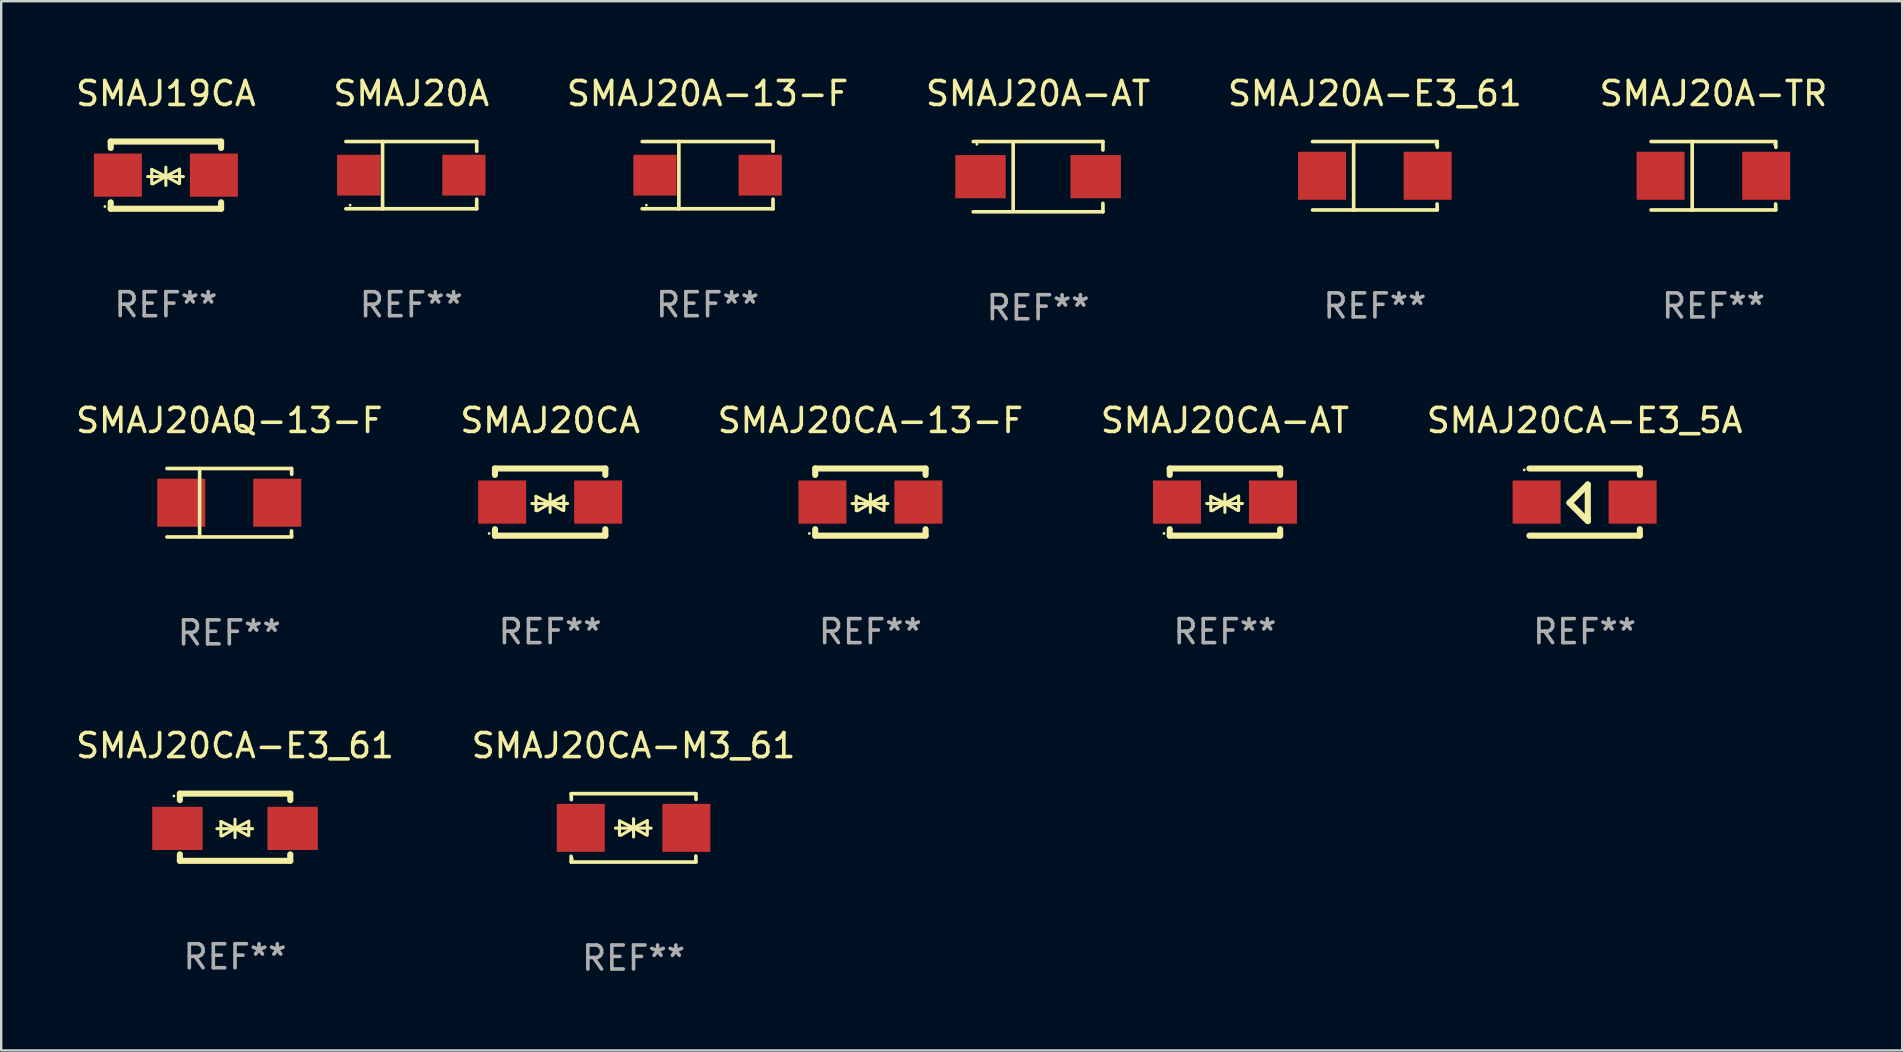
<source format=kicad_pcb>
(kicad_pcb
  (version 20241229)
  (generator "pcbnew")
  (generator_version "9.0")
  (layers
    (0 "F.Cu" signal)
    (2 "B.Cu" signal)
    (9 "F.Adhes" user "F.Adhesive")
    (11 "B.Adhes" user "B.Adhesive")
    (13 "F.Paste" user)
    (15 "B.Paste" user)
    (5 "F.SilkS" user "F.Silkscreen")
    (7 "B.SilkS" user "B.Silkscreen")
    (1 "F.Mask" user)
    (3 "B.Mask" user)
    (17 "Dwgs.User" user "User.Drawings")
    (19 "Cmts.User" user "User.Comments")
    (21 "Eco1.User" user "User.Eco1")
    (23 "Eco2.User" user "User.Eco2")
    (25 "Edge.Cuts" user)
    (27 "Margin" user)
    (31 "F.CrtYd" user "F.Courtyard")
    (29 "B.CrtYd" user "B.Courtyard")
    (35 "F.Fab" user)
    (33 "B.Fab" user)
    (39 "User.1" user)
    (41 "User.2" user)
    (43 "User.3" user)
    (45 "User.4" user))
  (footprint "SMAJ20A"
    (layer "F.Cu")
    (at 14.089 4.249)
    (property "Reference" "SMAJ20A" (at 0 -3.401 0) (layer "F.SilkS") (effects (font (size 1 1) (thickness 0.15))))
    (attr through_hole)
    (fp_line (start -2.726 -1.401) (end 2.726 -1.401) (stroke (width 0.152) (type solid)) (layer "F.SilkS"))
    (fp_line (start -2.726 1.401) (end 2.726 1.401) (stroke (width 0.152) (type solid)) (layer "F.SilkS"))
    (fp_line (start -1.197 -1.401) (end -1.197 1.401) (stroke (width 0.152) (type solid)) (layer "F.SilkS"))
    (fp_line (start 2.726 -1.401) (end 2.726 -1) (stroke (width 0.152) (type solid)) (layer "F.SilkS"))
    (fp_line (start 2.726 1.401) (end 2.726 1) (stroke (width 0.152) (type solid)) (layer "F.SilkS"))
    (fp_circle (center -2.55 1.25) (end -2.52 1.25) (stroke (width 0.06) (type solid)) (fill no) (layer "F.SilkS"))
    (fp_text user "REF**" (at 0 5.401 0) (layer "F.Fab") (effects (font (size 1 1) (thickness 0.15))))
    (pad "1" smd rect (at -2.192 0) (size 1.8 1.7) (layers "F.Cu" "F.Mask" "F.Paste"))
    (pad "2" smd rect (at 2.192 0) (size 1.8 1.7) (layers "F.Cu" "F.Mask" "F.Paste")))
  (footprint "SMAJ20CA-13-F"
    (layer "F.Cu")
    (at 33.22 17.872)
    (property "Reference" "SMAJ20CA-13-F" (at 0 -3.4 0) (layer "F.SilkS") (effects (font (size 1 1) (thickness 0.15))))
    (attr through_hole)
    (fp_line (start -2.3 -1.4) (end -2.3 -1.131) (stroke (width 0.254) (type solid)) (layer "F.SilkS"))
    (fp_line (start -2.3 -1.4) (end 2.3 -1.4) (stroke (width 0.254) (type solid)) (layer "F.SilkS"))
    (fp_line (start -2.3 1.131) (end -2.3 1.4) (stroke (width 0.254) (type solid)) (layer "F.SilkS"))
    (fp_line (start -2.3 1.4) (end 2.3 1.4) (stroke (width 0.254) (type solid)) (layer "F.SilkS"))
    (fp_line (start -0.76 0.06) (end 0.73 0.06) (stroke (width 0.127) (type solid)) (layer "F.SilkS"))
    (fp_line (start -0.59 -0.24) (end -0.59 0.36) (stroke (width 0.127) (type solid)) (layer "F.SilkS"))
    (fp_line (start -0.59 -0.24) (end -0.002 0.049) (stroke (width 0.127) (type solid)) (layer "F.SilkS"))
    (fp_line (start -0.53 0.36) (end -0.002 0.049) (stroke (width 0.127) (type solid)) (layer "F.SilkS"))
    (fp_line (start -0.002 0.049) (end -0.002 -0.332) (stroke (width 0.127) (type solid)) (layer "F.SilkS"))
    (fp_line (start -0.002 0.049) (end -0.002 0.43) (stroke (width 0.127) (type solid)) (layer "F.SilkS"))
    (fp_line (start 0.54 0.35) (end -0.002 0.049) (stroke (width 0.127) (type solid)) (layer "F.SilkS"))
    (fp_line (start 0.57 -0.25) (end -0.002 0.049) (stroke (width 0.127) (type solid)) (layer "F.SilkS"))
    (fp_line (start 0.57 -0.25) (end 0.57 0.35) (stroke (width 0.127) (type solid)) (layer "F.SilkS"))
    (fp_line (start 2.3 -1.4) (end 2.3 -1.131) (stroke (width 0.254) (type solid)) (layer "F.SilkS"))
    (fp_line (start 2.3 1.131) (end 2.3 1.4) (stroke (width 0.254) (type solid)) (layer "F.SilkS"))
    (fp_circle (center -2.542 1.308) (end -2.512 1.308) (stroke (width 0.06) (type solid)) (fill no) (layer "F.SilkS"))
    (fp_text user "REF**" (at 0 5.4 0) (layer "F.Fab") (effects (font (size 1 1) (thickness 0.15))))
    (pad "1" smd rect (at -2 0) (size 2 1.8) (layers "F.Cu" "F.Mask" "F.Paste"))
    (pad "2" smd rect (at 2 0) (size 2 1.8) (layers "F.Cu" "F.Mask" "F.Paste")))
  (footprint "SMAJ20CA-AT"
    (layer "F.Cu")
    (at 47.994 17.872)
    (property "Reference" "SMAJ20CA-AT" (at 0 -3.4 0) (layer "F.SilkS") (effects (font (size 1 1) (thickness 0.15))))
    (attr through_hole)
    (fp_line (start -2.3 -1.4) (end -2.3 -1.131) (stroke (width 0.254) (type solid)) (layer "F.SilkS"))
    (fp_line (start -2.3 -1.4) (end 2.3 -1.4) (stroke (width 0.254) (type solid)) (layer "F.SilkS"))
    (fp_line (start -2.3 1.131) (end -2.3 1.4) (stroke (width 0.254) (type solid)) (layer "F.SilkS"))
    (fp_line (start -2.3 1.4) (end 2.3 1.4) (stroke (width 0.254) (type solid)) (layer "F.SilkS"))
    (fp_line (start -0.76 0.06) (end 0.73 0.06) (stroke (width 0.127) (type solid)) (layer "F.SilkS"))
    (fp_line (start -0.59 -0.24) (end -0.59 0.36) (stroke (width 0.127) (type solid)) (layer "F.SilkS"))
    (fp_line (start -0.59 -0.24) (end -0.002 0.049) (stroke (width 0.127) (type solid)) (layer "F.SilkS"))
    (fp_line (start -0.53 0.36) (end -0.002 0.049) (stroke (width 0.127) (type solid)) (layer "F.SilkS"))
    (fp_line (start -0.002 0.049) (end -0.002 -0.332) (stroke (width 0.127) (type solid)) (layer "F.SilkS"))
    (fp_line (start -0.002 0.049) (end -0.002 0.43) (stroke (width 0.127) (type solid)) (layer "F.SilkS"))
    (fp_line (start 0.54 0.35) (end -0.002 0.049) (stroke (width 0.127) (type solid)) (layer "F.SilkS"))
    (fp_line (start 0.57 -0.25) (end -0.002 0.049) (stroke (width 0.127) (type solid)) (layer "F.SilkS"))
    (fp_line (start 0.57 -0.25) (end 0.57 0.35) (stroke (width 0.127) (type solid)) (layer "F.SilkS"))
    (fp_line (start 2.3 -1.4) (end 2.3 -1.131) (stroke (width 0.254) (type solid)) (layer "F.SilkS"))
    (fp_line (start 2.3 1.131) (end 2.3 1.4) (stroke (width 0.254) (type solid)) (layer "F.SilkS"))
    (fp_circle (center -2.542 1.308) (end -2.512 1.308) (stroke (width 0.06) (type solid)) (fill no) (layer "F.SilkS"))
    (fp_text user "REF**" (at 0 5.4 0) (layer "F.Fab") (effects (font (size 1 1) (thickness 0.15))))
    (pad "1" smd rect (at -2 0) (size 2 1.8) (layers "F.Cu" "F.Mask" "F.Paste"))
    (pad "2" smd rect (at 2 0) (size 2 1.8) (layers "F.Cu" "F.Mask" "F.Paste")))
  (footprint "SMAJ20CA-E3_5A"
    (layer "F.Cu")
    (at 62.982 17.872)
    (property "Reference" "SMAJ20CA-E3_5A" (at 0 -3.4 0) (layer "F.SilkS") (effects (font (size 1 1) (thickness 0.15))))
    (attr through_hole)
    (fp_line (start -2.3 -1.4) (end 2.3 -1.4) (stroke (width 0.254) (type solid)) (layer "F.SilkS"))
    (fp_line (start -2.3 1.4) (end 2.3 1.4) (stroke (width 0.254) (type solid)) (layer "F.SilkS"))
    (fp_line (start -0.631 0.03) (end 0.131 -0.732) (stroke (width 0.254) (type solid)) (layer "F.SilkS"))
    (fp_line (start 0.004 0.665) (end -0.631 0.03) (stroke (width 0.254) (type solid)) (layer "F.SilkS"))
    (fp_line (start 0.131 -0.732) (end 0.131 0.665) (stroke (width 0.254) (type solid)) (layer "F.SilkS"))
    (fp_line (start 0.131 0.665) (end 0.131 0.792) (stroke (width 0.254) (type solid)) (layer "F.SilkS"))
    (fp_line (start 0.131 0.792) (end 0.004 0.665) (stroke (width 0.254) (type solid)) (layer "F.SilkS"))
    (fp_line (start 2.3 -1.4) (end 2.3 -1.131) (stroke (width 0.254) (type solid)) (layer "F.SilkS"))
    (fp_line (start 2.3 1.131) (end 2.3 1.4) (stroke (width 0.254) (type solid)) (layer "F.SilkS"))
    (fp_circle (center -2.517 -1.342) (end -2.487 -1.342) (stroke (width 0.06) (type solid)) (fill no) (layer "F.SilkS"))
    (fp_text user "REF**" (at 0 5.4 0) (layer "F.Fab") (effects (font (size 1 1) (thickness 0.15))))
    (pad "1" smd rect (at -2 -0.000127) (size 2 1.8) (layers "F.Cu" "F.Mask" "F.Paste"))
    (pad "2" smd rect (at 2 -0.000127) (size 2 1.8) (layers "F.Cu" "F.Mask" "F.Paste")))
  (footprint "SMAJ20A-AT"
    (layer "F.Cu")
    (at 40.208 4.312)
    (property "Reference" "SMAJ20A-AT" (at 0 -3.464 0) (layer "F.SilkS") (effects (font (size 1 1) (thickness 0.15))))
    (attr through_hole)
    (fp_line (start -2.701 -1.464) (end 2.701 -1.464) (stroke (width 0.152) (type solid)) (layer "F.SilkS"))
    (fp_line (start -2.701 1.464) (end 2.701 1.464) (stroke (width 0.152) (type solid)) (layer "F.SilkS"))
    (fp_line (start -1.039 -1.364) (end -1.039 1.364) (stroke (width 0.152) (type solid)) (layer "F.SilkS"))
    (fp_line (start 2.701 -1.464) (end 2.701 -1.113) (stroke (width 0.152) (type solid)) (layer "F.SilkS"))
    (fp_line (start 2.701 1.464) (end 2.701 1.113) (stroke (width 0.152) (type solid)) (layer "F.SilkS"))
    (fp_circle (center -2.55 -1.35) (end -2.52 -1.35) (stroke (width 0.06) (type solid)) (fill no) (layer "F.SilkS"))
    (fp_text user "REF**" (at 0 5.464 0) (layer "F.Fab") (effects (font (size 1 1) (thickness 0.15))))
    (pad "1" smd rect (at -2.4 0) (size 2.1 1.8) (layers "F.Cu" "F.Mask" "F.Paste"))
    (pad "2" smd rect (at 2.4 0) (size 2.1 1.8) (layers "F.Cu" "F.Mask" "F.Paste")))
  (footprint "SMAJ20A-13-F"
    (layer "F.Cu")
    (at 26.435 4.249)
    (property "Reference" "SMAJ20A-13-F" (at 0 -3.401 0) (layer "F.SilkS") (effects (font (size 1 1) (thickness 0.15))))
    (attr through_hole)
    (fp_line (start -2.726 -1.401) (end 2.726 -1.401) (stroke (width 0.152) (type solid)) (layer "F.SilkS"))
    (fp_line (start -2.726 1.401) (end 2.726 1.401) (stroke (width 0.152) (type solid)) (layer "F.SilkS"))
    (fp_line (start -1.197 -1.401) (end -1.197 1.401) (stroke (width 0.152) (type solid)) (layer "F.SilkS"))
    (fp_line (start 2.726 -1.401) (end 2.726 -1) (stroke (width 0.152) (type solid)) (layer "F.SilkS"))
    (fp_line (start 2.726 1.401) (end 2.726 1) (stroke (width 0.152) (type solid)) (layer "F.SilkS"))
    (fp_circle (center -2.55 1.25) (end -2.52 1.25) (stroke (width 0.06) (type solid)) (fill no) (layer "F.SilkS"))
    (fp_text user "REF**" (at 0 5.401 0) (layer "F.Fab") (effects (font (size 1 1) (thickness 0.15))))
    (pad "1" smd rect (at -2.192 0) (size 1.8 1.7) (layers "F.Cu" "F.Mask" "F.Paste"))
    (pad "2" smd rect (at 2.192 0) (size 1.8 1.7) (layers "F.Cu" "F.Mask" "F.Paste")))
  (footprint "SMAJ19CA"
    (layer "F.Cu")
    (at 3.863 4.248)
    (property "Reference" "SMAJ19CA" (at 0 -3.4 0) (layer "F.SilkS") (effects (font (size 1 1) (thickness 0.15))))
    (attr through_hole)
    (fp_line (start -2.3 -1.4) (end -2.3 -1.131) (stroke (width 0.254) (type solid)) (layer "F.SilkS"))
    (fp_line (start -2.3 -1.4) (end 2.3 -1.4) (stroke (width 0.254) (type solid)) (layer "F.SilkS"))
    (fp_line (start -2.3 1.131) (end -2.3 1.4) (stroke (width 0.254) (type solid)) (layer "F.SilkS"))
    (fp_line (start -2.3 1.4) (end 2.3 1.4) (stroke (width 0.254) (type solid)) (layer "F.SilkS"))
    (fp_line (start -0.76 0.06) (end 0.73 0.06) (stroke (width 0.127) (type solid)) (layer "F.SilkS"))
    (fp_line (start -0.59 -0.24) (end -0.59 0.36) (stroke (width 0.127) (type solid)) (layer "F.SilkS"))
    (fp_line (start -0.59 -0.24) (end -0.002 0.049) (stroke (width 0.127) (type solid)) (layer "F.SilkS"))
    (fp_line (start -0.53 0.36) (end -0.002 0.049) (stroke (width 0.127) (type solid)) (layer "F.SilkS"))
    (fp_line (start -0.002 0.049) (end -0.002 -0.332) (stroke (width 0.127) (type solid)) (layer "F.SilkS"))
    (fp_line (start -0.002 0.049) (end -0.002 0.43) (stroke (width 0.127) (type solid)) (layer "F.SilkS"))
    (fp_line (start 0.54 0.35) (end -0.002 0.049) (stroke (width 0.127) (type solid)) (layer "F.SilkS"))
    (fp_line (start 0.57 -0.25) (end -0.002 0.049) (stroke (width 0.127) (type solid)) (layer "F.SilkS"))
    (fp_line (start 0.57 -0.25) (end 0.57 0.35) (stroke (width 0.127) (type solid)) (layer "F.SilkS"))
    (fp_line (start 2.3 -1.4) (end 2.3 -1.131) (stroke (width 0.254) (type solid)) (layer "F.SilkS"))
    (fp_line (start 2.3 1.131) (end 2.3 1.4) (stroke (width 0.254) (type solid)) (layer "F.SilkS"))
    (fp_circle (center -2.542 1.308) (end -2.512 1.308) (stroke (width 0.06) (type solid)) (fill no) (layer "F.SilkS"))
    (fp_text user "REF**" (at 0 5.4 0) (layer "F.Fab") (effects (font (size 1 1) (thickness 0.15))))
    (pad "1" smd rect (at -2 0) (size 2 1.8) (layers "F.Cu" "F.Mask" "F.Paste"))
    (pad "2" smd rect (at 2 0) (size 2 1.8) (layers "F.Cu" "F.Mask" "F.Paste")))
  (footprint "SMAJ20CA-M3_61"
    (layer "F.Cu")
    (at 23.351 31.447)
    (property "Reference" "SMAJ20CA-M3_61" (at 0 -3.426 0) (layer "F.SilkS") (effects (font (size 1 1) (thickness 0.15))))
    (attr through_hole)
    (fp_line (start -2.596 -1.426) (end 2.596 -1.426) (stroke (width 0.152) (type solid)) (layer "F.SilkS"))
    (fp_line (start -2.596 1.426) (end -2.603 1.187) (stroke (width 0.152) (type solid)) (layer "F.SilkS"))
    (fp_line (start -2.596 1.426) (end 2.596 1.426) (stroke (width 0.152) (type solid)) (layer "F.SilkS"))
    (fp_line (start -2.593 -1.176) (end -2.6 -1.415) (stroke (width 0.152) (type solid)) (layer "F.SilkS"))
    (fp_line (start -0.758 0.011) (end 0.732 0.011) (stroke (width 0.127) (type solid)) (layer "F.SilkS"))
    (fp_line (start -0.588 -0.289) (end -0.588 0.311) (stroke (width 0.127) (type solid)) (layer "F.SilkS"))
    (fp_line (start -0.588 -0.289) (end 0 0) (stroke (width 0.127) (type solid)) (layer "F.SilkS"))
    (fp_line (start -0.528 0.311) (end 0 0) (stroke (width 0.127) (type solid)) (layer "F.SilkS"))
    (fp_line (start 0 0) (end 0 -0.381) (stroke (width 0.127) (type solid)) (layer "F.SilkS"))
    (fp_line (start 0 0) (end 0 0.381) (stroke (width 0.127) (type solid)) (layer "F.SilkS"))
    (fp_line (start 0.542 0.301) (end 0 0) (stroke (width 0.127) (type solid)) (layer "F.SilkS"))
    (fp_line (start 0.572 -0.299) (end 0 0) (stroke (width 0.127) (type solid)) (layer "F.SilkS"))
    (fp_line (start 0.572 -0.299) (end 0.572 0.301) (stroke (width 0.127) (type solid)) (layer "F.SilkS"))
    (fp_line (start 2.593 1.176) (end 2.6 1.415) (stroke (width 0.152) (type solid)) (layer "F.SilkS"))
    (fp_line (start 2.596 -1.426) (end 2.603 -1.187) (stroke (width 0.152) (type solid)) (layer "F.SilkS"))
    (fp_circle (center -2.55 1.3) (end -2.52 1.3) (stroke (width 0.06) (type solid)) (fill no) (layer "F.SilkS"))
    (fp_text user "REF**" (at 0 5.426 0) (layer "F.Fab") (effects (font (size 1 1) (thickness 0.15))))
    (pad "1" smd rect (at -2.2 0 180) (size 2 2) (layers "F.Cu" "F.Mask" "F.Paste"))
    (pad "2" smd rect (at 2.2 0 180) (size 2 2) (layers "F.Cu" "F.Mask" "F.Paste")))
  (footprint "SMAJ20AQ-13-F"
    (layer "F.Cu")
    (at 6.506 17.898)
    (property "Reference" "SMAJ20AQ-13-F" (at 0 -3.426 0) (layer "F.SilkS") (effects (font (size 1 1) (thickness 0.15))))
    (attr through_hole)
    (fp_line (start -2.6 -1.426) (end 2.593 -1.426) (stroke (width 0.152) (type solid)) (layer "F.SilkS"))
    (fp_line (start -2.6 1.426) (end 2.593 1.426) (stroke (width 0.152) (type solid)) (layer "F.SilkS"))
    (fp_line (start -1.237 -1.426) (end -1.237 1.426) (stroke (width 0.152) (type solid)) (layer "F.SilkS"))
    (fp_line (start 2.59 1.176) (end 2.597 1.415) (stroke (width 0.152) (type solid)) (layer "F.SilkS"))
    (fp_line (start 2.593 -1.426) (end 2.6 -1.187) (stroke (width 0.152) (type solid)) (layer "F.SilkS"))
    (fp_circle (center 2.602 -1.3) (end 2.632 -1.3) (stroke (width 0.06) (type solid)) (fill no) (layer "F.SilkS"))
    (fp_text user "REF**" (at 0 5.426 0) (layer "F.Fab") (effects (font (size 1 1) (thickness 0.15))))
    (pad "1" smd rect (at 1.997 0 180) (size 2 2) (layers "F.Cu" "F.Mask" "F.Paste"))
    (pad "2" smd rect (at -2.004 0 180) (size 2 2) (layers "F.Cu" "F.Mask" "F.Paste")))
  (footprint "SMAJ20A-E3_61"
    (layer "F.Cu")
    (at 54.244 4.274)
    (property "Reference" "SMAJ20A-E3_61" (at 0 -3.426 0) (layer "F.SilkS") (effects (font (size 1 1) (thickness 0.15))))
    (attr through_hole)
    (fp_line (start -2.6 -1.426) (end 2.593 -1.426) (stroke (width 0.152) (type solid)) (layer "F.SilkS"))
    (fp_line (start -2.6 1.426) (end 2.593 1.426) (stroke (width 0.152) (type solid)) (layer "F.SilkS"))
    (fp_line (start -0.887 -1.426) (end -0.887 1.426) (stroke (width 0.152) (type solid)) (layer "F.SilkS"))
    (fp_line (start 2.59 1.176) (end 2.597 1.415) (stroke (width 0.152) (type solid)) (layer "F.SilkS"))
    (fp_line (start 2.593 -1.426) (end 2.6 -1.187) (stroke (width 0.152) (type solid)) (layer "F.SilkS"))
    (fp_circle (center 2.547 -1.3) (end 2.577 -1.3) (stroke (width 0.06) (type solid)) (fill no) (layer "F.SilkS"))
    (fp_text user "REF**" (at 0 5.426 0) (layer "F.Fab") (effects (font (size 1 1) (thickness 0.15))))
    (pad "1" smd rect (at 2.197 -0.000025 180) (size 2 2) (layers "F.Cu" "F.Mask" "F.Paste"))
    (pad "2" smd rect (at -2.203 -0.000025 180) (size 2 2) (layers "F.Cu" "F.Mask" "F.Paste")))
  (footprint "SMAJ20CA-E3_61"
    (layer "F.Cu")
    (at 6.744 31.421)
    (property "Reference" "SMAJ20CA-E3_61" (at 0 -3.4 0) (layer "F.SilkS") (effects (font (size 1 1) (thickness 0.15))))
    (attr through_hole)
    (fp_line (start -2.298 -1.4) (end -2.298 -1.131) (stroke (width 0.254) (type solid)) (layer "F.SilkS"))
    (fp_line (start -2.298 -1.4) (end 2.302 -1.4) (stroke (width 0.254) (type solid)) (layer "F.SilkS"))
    (fp_line (start -2.298 1.131) (end -2.298 1.4) (stroke (width 0.254) (type solid)) (layer "F.SilkS"))
    (fp_line (start -2.298 1.4) (end 2.302 1.4) (stroke (width 0.254) (type solid)) (layer "F.SilkS"))
    (fp_line (start -0.758 0.06) (end 0.732 0.06) (stroke (width 0.127) (type solid)) (layer "F.SilkS"))
    (fp_line (start -0.588 -0.24) (end -0.588 0.36) (stroke (width 0.127) (type solid)) (layer "F.SilkS"))
    (fp_line (start -0.588 -0.24) (end 0.000025 0.049) (stroke (width 0.127) (type solid)) (layer "F.SilkS"))
    (fp_line (start -0.528 0.36) (end 0.000025 0.049) (stroke (width 0.127) (type solid)) (layer "F.SilkS"))
    (fp_line (start 0.000025 0.049) (end 0.000025 -0.332) (stroke (width 0.127) (type solid)) (layer "F.SilkS"))
    (fp_line (start 0.000025 0.049) (end 0.000025 0.43) (stroke (width 0.127) (type solid)) (layer "F.SilkS"))
    (fp_line (start 0.542 0.35) (end 0.000025 0.049) (stroke (width 0.127) (type solid)) (layer "F.SilkS"))
    (fp_line (start 0.572 -0.25) (end 0.000025 0.049) (stroke (width 0.127) (type solid)) (layer "F.SilkS"))
    (fp_line (start 0.572 -0.25) (end 0.572 0.35) (stroke (width 0.127) (type solid)) (layer "F.SilkS"))
    (fp_line (start 2.302 -1.4) (end 2.302 -1.131) (stroke (width 0.254) (type solid)) (layer "F.SilkS"))
    (fp_line (start 2.302 1.131) (end 2.302 1.4) (stroke (width 0.254) (type solid)) (layer "F.SilkS"))
    (fp_circle (center -2.549 -1.301) (end -2.519 -1.301) (stroke (width 0.06) (type solid)) (fill no) (layer "F.SilkS"))
    (fp_text user "REF**" (at 0 5.4 0) (layer "F.Fab") (effects (font (size 1 1) (thickness 0.15))))
    (pad "1" smd rect (at -2.4 0.049) (size 2.1 1.8) (layers "F.Cu" "F.Mask" "F.Paste"))
    (pad "2" smd rect (at 2.4 0.049) (size 2.1 1.8) (layers "F.Cu" "F.Mask" "F.Paste")))
  (footprint "SMAJ20A-TR"
    (layer "F.Cu")
    (at 68.351 4.274)
    (property "Reference" "SMAJ20A-TR" (at 0 -3.426 0) (layer "F.SilkS") (effects (font (size 1 1) (thickness 0.15))))
    (attr through_hole)
    (fp_line (start -2.6 -1.426) (end 2.593 -1.426) (stroke (width 0.152) (type solid)) (layer "F.SilkS"))
    (fp_line (start -2.6 1.426) (end 2.593 1.426) (stroke (width 0.152) (type solid)) (layer "F.SilkS"))
    (fp_line (start -0.887 -1.426) (end -0.887 1.426) (stroke (width 0.152) (type solid)) (layer "F.SilkS"))
    (fp_line (start 2.59 1.176) (end 2.597 1.415) (stroke (width 0.152) (type solid)) (layer "F.SilkS"))
    (fp_line (start 2.593 -1.426) (end 2.6 -1.187) (stroke (width 0.152) (type solid)) (layer "F.SilkS"))
    (fp_circle (center 2.547 -1.3) (end 2.577 -1.3) (stroke (width 0.06) (type solid)) (fill no) (layer "F.SilkS"))
    (fp_text user "REF**" (at 0 5.426 0) (layer "F.Fab") (effects (font (size 1 1) (thickness 0.15))))
    (pad "1" smd rect (at 2.197 -0.000025 180) (size 2 2) (layers "F.Cu" "F.Mask" "F.Paste"))
    (pad "2" smd rect (at -2.203 -0.000025 180) (size 2 2) (layers "F.Cu" "F.Mask" "F.Paste")))
  (footprint "SMAJ20CA"
    (layer "F.Cu")
    (at 19.875 17.872)
    (property "Reference" "SMAJ20CA" (at 0 -3.4 0) (layer "F.SilkS") (effects (font (size 1 1) (thickness 0.15))))
    (attr through_hole)
    (fp_line (start -2.3 -1.4) (end -2.3 -1.131) (stroke (width 0.254) (type solid)) (layer "F.SilkS"))
    (fp_line (start -2.3 -1.4) (end 2.3 -1.4) (stroke (width 0.254) (type solid)) (layer "F.SilkS"))
    (fp_line (start -2.3 1.131) (end -2.3 1.4) (stroke (width 0.254) (type solid)) (layer "F.SilkS"))
    (fp_line (start -2.3 1.4) (end 2.3 1.4) (stroke (width 0.254) (type solid)) (layer "F.SilkS"))
    (fp_line (start -0.76 0.06) (end 0.73 0.06) (stroke (width 0.127) (type solid)) (layer "F.SilkS"))
    (fp_line (start -0.59 -0.24) (end -0.59 0.36) (stroke (width 0.127) (type solid)) (layer "F.SilkS"))
    (fp_line (start -0.59 -0.24) (end -0.002 0.049) (stroke (width 0.127) (type solid)) (layer "F.SilkS"))
    (fp_line (start -0.53 0.36) (end -0.002 0.049) (stroke (width 0.127) (type solid)) (layer "F.SilkS"))
    (fp_line (start -0.002 0.049) (end -0.002 -0.332) (stroke (width 0.127) (type solid)) (layer "F.SilkS"))
    (fp_line (start -0.002 0.049) (end -0.002 0.43) (stroke (width 0.127) (type solid)) (layer "F.SilkS"))
    (fp_line (start 0.54 0.35) (end -0.002 0.049) (stroke (width 0.127) (type solid)) (layer "F.SilkS"))
    (fp_line (start 0.57 -0.25) (end -0.002 0.049) (stroke (width 0.127) (type solid)) (layer "F.SilkS"))
    (fp_line (start 0.57 -0.25) (end 0.57 0.35) (stroke (width 0.127) (type solid)) (layer "F.SilkS"))
    (fp_line (start 2.3 -1.4) (end 2.3 -1.131) (stroke (width 0.254) (type solid)) (layer "F.SilkS"))
    (fp_line (start 2.3 1.131) (end 2.3 1.4) (stroke (width 0.254) (type solid)) (layer "F.SilkS"))
    (fp_circle (center -2.542 1.308) (end -2.512 1.308) (stroke (width 0.06) (type solid)) (fill no) (layer "F.SilkS"))
    (fp_text user "REF**" (at 0 5.4 0) (layer "F.Fab") (effects (font (size 1 1) (thickness 0.15))))
    (pad "1" smd rect (at -2 0) (size 2 1.8) (layers "F.Cu" "F.Mask" "F.Paste"))
    (pad "2" smd rect (at 2 0) (size 2 1.8) (layers "F.Cu" "F.Mask" "F.Paste")))
  (gr_rect
    (start -3 -3)
    (end 76.214 40.722)
    (stroke (width 0.1) (type default))
    (fill no)
    (layer "Edge.Cuts")))
</source>
